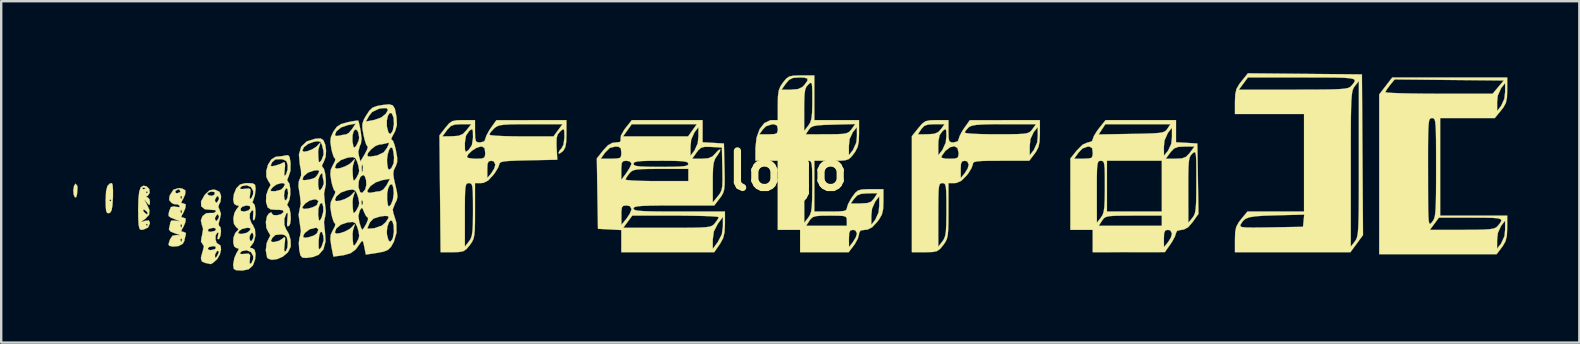
<source format=kicad_pcb>
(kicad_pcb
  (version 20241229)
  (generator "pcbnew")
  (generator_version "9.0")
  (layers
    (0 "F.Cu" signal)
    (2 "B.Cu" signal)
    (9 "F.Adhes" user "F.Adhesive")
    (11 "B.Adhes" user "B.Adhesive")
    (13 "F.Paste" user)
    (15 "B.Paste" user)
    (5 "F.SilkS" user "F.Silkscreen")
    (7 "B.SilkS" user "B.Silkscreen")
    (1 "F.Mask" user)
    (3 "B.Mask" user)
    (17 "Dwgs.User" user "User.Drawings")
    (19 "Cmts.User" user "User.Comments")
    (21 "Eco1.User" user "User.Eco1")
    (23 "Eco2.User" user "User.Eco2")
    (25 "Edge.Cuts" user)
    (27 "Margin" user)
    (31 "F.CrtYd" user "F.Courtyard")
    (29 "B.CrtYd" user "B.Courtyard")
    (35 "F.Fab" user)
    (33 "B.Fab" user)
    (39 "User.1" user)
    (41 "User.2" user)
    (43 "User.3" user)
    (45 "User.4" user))
  (footprint "logo"
    (layer "F.Cu")
    (at 29.782 4.072)
    (property "Reference" "logo" (at 0 0 0) (layer "F.SilkS") (effects (font (size 1.524 1.524) (thickness 0.3))))
    (attr through_hole)
    (fp_poly (pts (xy -29.676 0.536) (xy -29.607 0.632) (xy -29.602 0.706) (xy -29.618 0.912) (xy -29.623 0.974) (xy -29.659 1.101) (xy -29.714 1.095) (xy -29.762 0.986) (xy -29.777 0.804) (xy -29.745 0.617) (xy -29.688 0.535) (xy -29.676 0.536)) (stroke (width 0.01) (type solid)) (fill yes) (layer "F.SilkS"))
    (fp_poly (pts (xy -28.14 0.586) (xy -28.124 0.79) (xy -28.125 1.079) (xy -28.127 1.121) (xy -28.148 1.452) (xy -28.184 1.647) (xy -28.243 1.74) (xy -28.292 1.761) (xy -28.367 1.752) (xy -28.409 1.667) (xy -28.427 1.474) (xy -28.43 1.228) (xy -28.279 1.228) (xy -28.236 1.27) (xy -28.194 1.228) (xy -28.236 1.185) (xy -28.279 1.228) (xy -28.43 1.228) (xy -28.43 1.211) (xy -28.412 0.849) (xy -28.357 0.629) (xy -28.255 0.525) (xy -28.169 0.509) (xy -28.14 0.586)) (stroke (width 0.01) (type solid)) (fill yes) (layer "F.SilkS"))
    (fp_poly (pts (xy -26.723 0.643) (xy -26.612 0.754) (xy -26.593 0.913) (xy -26.672 1.035) (xy -26.691 1.045) (xy -26.754 1.083) (xy -26.691 1.094) (xy -26.608 1.171) (xy -26.585 1.286) (xy -26.593 1.414) (xy -26.641 1.401) (xy -26.721 1.307) (xy -26.806 1.209) (xy -26.802 1.233) (xy -26.721 1.373) (xy -26.604 1.633) (xy -26.619 1.825) (xy -26.771 1.989) (xy -26.776 1.993) (xy -26.966 2.132) (xy -26.776 2.076) (xy -26.63 2.062) (xy -26.586 2.159) (xy -26.585 2.187) (xy -26.66 2.357) (xy -26.86 2.447) (xy -26.964 2.455) (xy -27.018 2.412) (xy -27.052 2.267) (xy -27.054 2.244) (xy -26.755 2.244) (xy -26.712 2.286) (xy -26.67 2.244) (xy -26.712 2.201) (xy -26.755 2.244) (xy -27.054 2.244) (xy -27.07 1.997) (xy -27.074 1.657) (xy -26.87 1.657) (xy -26.822 1.727) (xy -26.71 1.813) (xy -26.672 1.783) (xy -26.709 1.699) (xy -26.819 1.613) (xy -26.848 1.609) (xy -26.87 1.657) (xy -27.074 1.657) (xy -27.075 1.611) (xy -27.064 1.157) (xy -27.033 0.889) (xy -26.755 0.889) (xy -26.712 0.931) (xy -26.67 0.889) (xy -26.712 0.847) (xy -26.755 0.889) (xy -27.033 0.889) (xy -27.029 0.852) (xy -26.972 0.706) (xy -26.896 0.706) (xy -26.884 0.756) (xy -26.839 0.762) (xy -26.77 0.731) (xy -26.783 0.706) (xy -26.883 0.695) (xy -26.896 0.706) (xy -26.972 0.706) (xy -26.962 0.679) (xy -26.856 0.617) (xy -26.723 0.643)) (stroke (width 0.01) (type solid)) (fill yes) (layer "F.SilkS"))
    (fp_poly (pts (xy 21.542 -4.044) (xy 23.918 -4.022) (xy 23.963 2.673) (xy 23.438 3.387) (xy 18.627 3.387) (xy 18.627 2.856) (xy 18.637 2.54) (xy 18.683 2.324) (xy 18.71 2.277) (xy 18.848 2.277) (xy 18.866 2.318) (xy 18.948 2.344) (xy 19.117 2.358) (xy 19.395 2.361) (xy 19.807 2.357) (xy 20.125 2.352) (xy 21.463 2.328) (xy 21.488 2.074) (xy 21.513 1.82) (xy 20.345 1.85) (xy 19.843 1.866) (xy 19.482 1.891) (xy 19.234 1.931) (xy 19.068 1.993) (xy 18.958 2.086) (xy 18.873 2.215) (xy 18.872 2.218) (xy 18.848 2.277) (xy 18.71 2.277) (xy 18.786 2.138) (xy 18.887 2.009) (xy 19.147 1.693) (xy 21.505 1.693) (xy 21.505 -0.081) (xy 23.453 -0.081) (xy 23.453 3.156) (xy 23.622 2.94) (xy 23.665 2.879) (xy 23.7 2.805) (xy 23.728 2.701) (xy 23.75 2.55) (xy 23.766 2.336) (xy 23.777 2.041) (xy 23.785 1.649) (xy 23.789 1.143) (xy 23.791 0.506) (xy 23.791 -0.28) (xy 23.791 -0.512) (xy 23.791 -3.748) (xy 23.622 -3.533) (xy 23.579 -3.472) (xy 23.544 -3.397) (xy 23.516 -3.294) (xy 23.494 -3.143) (xy 23.478 -2.929) (xy 23.467 -2.634) (xy 23.459 -2.242) (xy 23.455 -1.736) (xy 23.453 -1.098) (xy 23.453 -0.313) (xy 23.453 -0.081) (xy 21.505 -0.081) (xy 21.505 -2.371) (xy 18.627 -2.371) (xy 18.627 -2.884) (xy 18.639 -3.197) (xy 18.684 -3.387) (xy 18.791 -3.387) (xy 21.066 -3.387) (xy 21.752 -3.388) (xy 22.288 -3.391) (xy 22.694 -3.398) (xy 22.989 -3.41) (xy 23.195 -3.428) (xy 23.33 -3.454) (xy 23.413 -3.488) (xy 23.466 -3.531) (xy 23.469 -3.535) (xy 23.559 -3.641) (xy 23.614 -3.724) (xy 23.618 -3.787) (xy 23.554 -3.832) (xy 23.407 -3.862) (xy 23.16 -3.881) (xy 22.798 -3.89) (xy 22.303 -3.894) (xy 21.659 -3.895) (xy 21.442 -3.895) (xy 19.167 -3.895) (xy 18.979 -3.641) (xy 18.791 -3.387) (xy 18.684 -3.387) (xy 18.691 -3.416) (xy 18.806 -3.615) (xy 18.896 -3.732) (xy 19.165 -4.067) (xy 21.542 -4.044)) (stroke (width 0.01) (type solid)) (fill yes) (layer "F.SilkS"))
    (fp_poly (pts (xy -25.236 0.736) (xy -25.106 0.812) (xy -25.112 0.963) (xy -25.195 1.159) (xy -25.251 1.249) (xy -25.28 1.336) (xy -25.193 1.355) (xy -25.094 1.393) (xy -25.105 1.533) (xy -25.108 1.545) (xy -25.191 1.744) (xy -25.251 1.841) (xy -25.28 1.928) (xy -25.193 1.947) (xy -25.094 1.986) (xy -25.105 2.126) (xy -25.108 2.138) (xy -25.191 2.336) (xy -25.251 2.434) (xy -25.28 2.521) (xy -25.19 2.54) (xy -25.085 2.586) (xy -25.095 2.674) (xy -25.141 2.85) (xy -25.146 2.908) (xy -25.22 3.04) (xy -25.399 3.132) (xy -25.618 3.152) (xy -25.633 3.15) (xy -25.775 3.122) (xy -25.813 3.061) (xy -25.767 2.911) (xy -25.755 2.879) (xy -25.315 2.879) (xy -25.284 2.948) (xy -25.259 2.935) (xy -25.249 2.835) (xy -25.259 2.822) (xy -25.309 2.834) (xy -25.315 2.879) (xy -25.755 2.879) (xy -25.745 2.852) (xy -25.647 2.702) (xy -25.478 2.671) (xy -25.427 2.676) (xy -25.326 2.681) (xy -25.39 2.65) (xy -25.511 2.613) (xy -25.728 2.527) (xy -25.794 2.43) (xy -25.786 2.396) (xy -25.761 2.286) (xy -25.315 2.286) (xy -25.284 2.356) (xy -25.259 2.342) (xy -25.249 2.242) (xy -25.259 2.23) (xy -25.309 2.241) (xy -25.315 2.286) (xy -25.761 2.286) (xy -25.742 2.205) (xy -25.739 2.15) (xy -25.685 2.067) (xy -25.508 2.073) (xy -25.506 2.073) (xy -25.358 2.099) (xy -25.361 2.086) (xy -25.518 2.025) (xy -25.527 2.021) (xy -25.726 1.942) (xy -25.806 1.877) (xy -25.804 1.772) (xy -25.784 1.693) (xy -25.315 1.693) (xy -25.284 1.763) (xy -25.259 1.75) (xy -25.249 1.649) (xy -25.259 1.637) (xy -25.309 1.649) (xy -25.315 1.693) (xy -25.784 1.693) (xy -25.776 1.662) (xy -25.709 1.505) (xy -25.583 1.478) (xy -25.505 1.495) (xy -25.357 1.513) (xy -25.348 1.455) (xy -25.351 1.45) (xy -25.445 1.385) (xy -25.478 1.393) (xy -25.591 1.382) (xy -25.689 1.328) (xy -25.785 1.211) (xy -25.771 1.101) (xy -25.315 1.101) (xy -25.284 1.17) (xy -25.259 1.157) (xy -25.249 1.057) (xy -25.259 1.044) (xy -25.309 1.056) (xy -25.315 1.101) (xy -25.771 1.101) (xy -25.764 1.043) (xy -25.75 1.004) (xy -25.646 0.847) (xy -25.527 0.847) (xy -25.508 0.919) (xy -25.447 0.931) (xy -25.331 0.887) (xy -25.315 0.847) (xy -25.376 0.764) (xy -25.395 0.762) (xy -25.51 0.824) (xy -25.527 0.847) (xy -25.646 0.847) (xy -25.604 0.783) (xy -25.384 0.714) (xy -25.236 0.736)) (stroke (width 0.01) (type solid)) (fill yes) (layer "F.SilkS"))
    (fp_poly (pts (xy 29.972 -3.364) (xy 29.961 -3.048) (xy 29.915 -2.832) (xy 29.812 -2.646) (xy 29.712 -2.517) (xy 29.452 -2.201) (xy 27.178 -2.201) (xy 27.178 1.863) (xy 29.972 1.863) (xy 29.972 2.376) (xy 29.957 2.704) (xy 29.9 2.935) (xy 29.78 3.141) (xy 29.75 3.181) (xy 29.529 3.471) (xy 24.638 3.471) (xy 24.638 3.24) (xy 29.549 3.24) (xy 29.718 3.025) (xy 29.859 2.713) (xy 29.885 2.442) (xy 29.884 2.074) (xy 29.718 2.286) (xy 29.584 2.58) (xy 29.551 2.869) (xy 29.549 3.24) (xy 24.638 3.24) (xy 24.638 2.455) (xy 26.75 2.455) (xy 28.094 2.455) (xy 28.609 2.453) (xy 28.981 2.445) (xy 29.236 2.429) (xy 29.402 2.401) (xy 29.504 2.36) (xy 29.565 2.307) (xy 29.675 2.175) (xy 29.729 2.08) (xy 29.709 2.016) (xy 29.596 1.977) (xy 29.371 1.956) (xy 29.016 1.949) (xy 28.511 1.947) (xy 27.125 1.947) (xy 26.75 2.455) (xy 24.638 2.455) (xy 24.638 -0.45) (xy 26.672 -0.45) (xy 26.673 0.064) (xy 26.674 0.74) (xy 26.676 1.265) (xy 26.681 1.654) (xy 26.69 1.926) (xy 26.704 2.098) (xy 26.726 2.187) (xy 26.755 2.209) (xy 26.794 2.183) (xy 26.842 2.128) (xy 26.894 2.056) (xy 26.934 1.966) (xy 26.964 1.835) (xy 26.984 1.643) (xy 26.997 1.367) (xy 27.005 0.986) (xy 27.008 0.478) (xy 27.009 -0.136) (xy 27.008 -0.78) (xy 27.006 -1.273) (xy 27 -1.637) (xy 26.988 -1.891) (xy 26.97 -2.054) (xy 26.943 -2.147) (xy 26.906 -2.19) (xy 26.857 -2.201) (xy 26.839 -2.201) (xy 26.789 -2.196) (xy 26.749 -2.167) (xy 26.72 -2.097) (xy 26.699 -1.965) (xy 26.685 -1.753) (xy 26.677 -1.443) (xy 26.673 -1.015) (xy 26.672 -0.45) (xy 24.638 -0.45) (xy 24.638 -2.865) (xy 29.551 -2.865) (xy 29.552 -2.498) (xy 29.718 -2.709) (xy 29.852 -3.004) (xy 29.885 -3.292) (xy 29.887 -3.664) (xy 29.718 -3.448) (xy 29.577 -3.136) (xy 29.551 -2.865) (xy 24.638 -2.865) (xy 24.638 -3.187) (xy 24.71 -3.281) (xy 24.895 -3.281) (xy 24.975 -3.264) (xy 25.203 -3.249) (xy 25.555 -3.236) (xy 26.011 -3.226) (xy 26.549 -3.22) (xy 27.128 -3.217) (xy 29.364 -3.217) (xy 29.596 -3.493) (xy 29.827 -3.768) (xy 27.555 -3.79) (xy 25.282 -3.813) (xy 25.09 -3.579) (xy 24.961 -3.406) (xy 24.897 -3.29) (xy 24.895 -3.281) (xy 24.71 -3.281) (xy 24.91 -3.541) (xy 25.182 -3.895) (xy 29.972 -3.895) (xy 29.972 -3.364)) (stroke (width 0.01) (type solid)) (fill yes) (layer "F.SilkS"))
    (fp_poly (pts (xy -23.848 0.793) (xy -23.68 0.873) (xy -23.624 1.035) (xy -23.622 1.097) (xy -23.648 1.292) (xy -23.705 1.396) (xy -23.735 1.502) (xy -23.686 1.611) (xy -23.626 1.788) (xy -23.673 2.011) (xy -23.68 2.03) (xy -23.725 2.203) (xy -23.706 2.285) (xy -23.699 2.286) (xy -23.642 2.356) (xy -23.624 2.518) (xy -23.644 2.699) (xy -23.699 2.828) (xy -23.716 2.842) (xy -23.773 2.835) (xy -23.749 2.709) (xy -23.728 2.576) (xy -23.781 2.576) (xy -23.847 2.691) (xy -23.851 2.859) (xy -23.802 3.003) (xy -23.731 3.048) (xy -23.64 3.114) (xy -23.622 3.274) (xy -23.669 3.476) (xy -23.774 3.663) (xy -23.818 3.711) (xy -23.964 3.835) (xy -24.049 3.883) (xy -24.051 3.883) (xy -24.154 3.86) (xy -24.278 3.835) (xy -24.423 3.769) (xy -24.461 3.629) (xy -24.438 3.54) (xy -23.875 3.54) (xy -23.861 3.635) (xy -23.802 3.573) (xy -23.791 3.556) (xy -23.719 3.411) (xy -23.708 3.361) (xy -23.76 3.33) (xy -23.791 3.344) (xy -23.865 3.465) (xy -23.875 3.54) (xy -24.438 3.54) (xy -24.398 3.382) (xy -24.381 3.336) (xy -24.353 3.217) (xy -24.172 3.217) (xy -24.147 3.285) (xy -24.055 3.302) (xy -23.891 3.264) (xy -23.834 3.217) (xy -23.859 3.15) (xy -23.951 3.133) (xy -24.115 3.17) (xy -24.172 3.217) (xy -24.353 3.217) (xy -24.335 3.144) (xy -24.392 3.043) (xy -24.397 3.04) (xy -24.457 2.945) (xy -24.433 2.757) (xy -24.414 2.692) (xy -24.376 2.455) (xy -24.172 2.455) (xy -24.147 2.523) (xy -24.055 2.54) (xy -23.891 2.502) (xy -23.834 2.455) (xy -23.859 2.388) (xy -23.951 2.371) (xy -24.115 2.408) (xy -24.172 2.455) (xy -24.376 2.455) (xy -24.37 2.415) (xy -24.414 2.269) (xy -24.462 2.068) (xy -24.437 2) (xy -23.876 2) (xy -23.834 2.083) (xy -23.791 2.074) (xy -23.714 1.952) (xy -23.707 1.895) (xy -23.749 1.811) (xy -23.791 1.82) (xy -23.868 1.942) (xy -23.876 2) (xy -24.437 2) (xy -24.393 1.881) (xy -24.241 1.764) (xy -24.104 1.754) (xy -23.925 1.751) (xy -23.837 1.699) (xy -23.857 1.633) (xy -24.02 1.623) (xy -24.301 1.596) (xy -24.448 1.474) (xy -24.455 1.275) (xy -24.435 1.238) (xy -23.876 1.238) (xy -23.834 1.321) (xy -23.791 1.312) (xy -23.714 1.19) (xy -23.707 1.133) (xy -23.749 1.049) (xy -23.791 1.058) (xy -23.868 1.18) (xy -23.876 1.238) (xy -24.435 1.238) (xy -24.316 1.02) (xy -24.272 0.966) (xy -24.245 0.941) (xy -24.202 0.941) (xy -24.144 1.007) (xy -24.128 1.017) (xy -24 1.041) (xy -23.896 0.99) (xy -23.882 0.903) (xy -23.899 0.88) (xy -24.013 0.861) (xy -24.103 0.883) (xy -24.202 0.941) (xy -24.245 0.941) (xy -24.102 0.81) (xy -23.935 0.777) (xy -23.848 0.793)) (stroke (width 0.01) (type solid)) (fill yes) (layer "F.SilkS"))
    (fp_poly (pts (xy -22.299 0.519) (xy -22.205 0.577) (xy -22.183 0.72) (xy -22.183 0.768) (xy -22.211 1.012) (xy -22.27 1.191) (xy -22.315 1.326) (xy -22.27 1.355) (xy -22.217 1.428) (xy -22.189 1.602) (xy -22.186 1.811) (xy -22.211 1.989) (xy -22.252 2.065) (xy -22.289 2.024) (xy -22.286 1.866) (xy -22.283 1.846) (xy -22.276 1.668) (xy -22.33 1.638) (xy -22.341 1.644) (xy -22.423 1.781) (xy -22.424 1.987) (xy -22.349 2.184) (xy -22.31 2.232) (xy -22.208 2.436) (xy -22.191 2.706) (xy -22.257 2.962) (xy -22.323 3.062) (xy -22.416 3.177) (xy -22.39 3.214) (xy -22.323 3.217) (xy -22.223 3.288) (xy -22.182 3.462) (xy -22.202 3.687) (xy -22.282 3.908) (xy -22.314 3.96) (xy -22.47 4.098) (xy -22.71 4.147) (xy -22.78 4.149) (xy -22.995 4.138) (xy -23.09 4.082) (xy -23.114 3.943) (xy -23.114 3.892) (xy -23.067 3.627) (xy -22.99 3.455) (xy -22.837 3.455) (xy -22.735 3.466) (xy -22.644 3.456) (xy -22.467 3.445) (xy -22.409 3.513) (xy -22.421 3.679) (xy -22.432 3.846) (xy -22.39 3.869) (xy -22.355 3.841) (xy -22.285 3.688) (xy -22.281 3.545) (xy -22.375 3.382) (xy -22.553 3.306) (xy -22.743 3.34) (xy -22.806 3.389) (xy -22.837 3.455) (xy -22.99 3.455) (xy -22.977 3.426) (xy -22.89 3.279) (xy -22.902 3.225) (xy -22.977 3.217) (xy -23.073 3.147) (xy -23.114 2.979) (xy -23.103 2.804) (xy -22.437 2.804) (xy -22.403 2.918) (xy -22.352 2.921) (xy -22.282 2.802) (xy -22.267 2.699) (xy -22.301 2.585) (xy -22.352 2.582) (xy -22.422 2.701) (xy -22.437 2.804) (xy -23.103 2.804) (xy -23.101 2.773) (xy -23.032 2.593) (xy -23.03 2.591) (xy -22.912 2.591) (xy -22.83 2.623) (xy -22.754 2.625) (xy -22.548 2.577) (xy -22.437 2.498) (xy -22.385 2.404) (xy -22.466 2.373) (xy -22.543 2.371) (xy -22.748 2.419) (xy -22.86 2.498) (xy -22.912 2.591) (xy -23.03 2.591) (xy -22.982 2.536) (xy -22.893 2.441) (xy -22.944 2.374) (xy -22.982 2.352) (xy -23.083 2.21) (xy -23.11 1.985) (xy -23.063 1.747) (xy -22.974 1.594) (xy -22.951 1.566) (xy -22.806 1.566) (xy -22.795 1.666) (xy -22.655 1.693) (xy -22.48 1.645) (xy -22.406 1.566) (xy -22.417 1.467) (xy -22.557 1.439) (xy -22.732 1.487) (xy -22.806 1.566) (xy -22.951 1.566) (xy -22.881 1.479) (xy -22.906 1.442) (xy -22.974 1.439) (xy -23.077 1.37) (xy -23.115 1.196) (xy -23.086 0.969) (xy -22.994 0.745) (xy -22.837 0.745) (xy -22.734 0.756) (xy -22.632 0.745) (xy -22.449 0.731) (xy -22.39 0.789) (xy -22.41 0.964) (xy -22.411 0.968) (xy -22.431 1.135) (xy -22.394 1.162) (xy -22.356 1.132) (xy -22.286 0.978) (xy -22.281 0.835) (xy -22.375 0.672) (xy -22.553 0.597) (xy -22.743 0.631) (xy -22.806 0.68) (xy -22.837 0.745) (xy -22.994 0.745) (xy -22.992 0.74) (xy -22.977 0.717) (xy -22.833 0.568) (xy -22.623 0.512) (xy -22.512 0.508) (xy -22.299 0.519)) (stroke (width 0.01) (type solid)) (fill yes) (layer "F.SilkS"))
    (fp_poly (pts (xy -20.767 -0.582) (xy -20.732 -0.386) (xy -20.725 -0.325) (xy -20.731 0.000452) (xy -20.805 0.224) (xy -20.867 0.377) (xy -20.836 0.436) (xy -20.772 0.536) (xy -20.738 0.739) (xy -20.736 0.98) (xy -20.768 1.193) (xy -20.815 1.297) (xy -20.869 1.412) (xy -20.844 1.452) (xy -20.772 1.558) (xy -20.728 1.763) (xy -20.716 2) (xy -20.741 2.201) (xy -20.787 2.287) (xy -20.853 2.314) (xy -20.873 2.227) (xy -20.856 2.015) (xy -20.84 1.801) (xy -20.861 1.736) (xy -20.905 1.778) (xy -20.984 1.996) (xy -20.982 2.251) (xy -20.901 2.454) (xy -20.885 2.471) (xy -20.795 2.628) (xy -20.728 2.861) (xy -20.723 2.887) (xy -20.717 3.153) (xy -20.822 3.368) (xy -20.857 3.412) (xy -21.05 3.573) (xy -21.283 3.675) (xy -21.506 3.705) (xy -21.666 3.653) (xy -21.705 3.599) (xy -21.757 3.307) (xy -21.721 3.008) (xy -21.681 2.919) (xy -21.546 2.919) (xy -21.482 2.961) (xy -21.407 2.963) (xy -21.195 2.908) (xy -21.075 2.83) (xy -20.985 2.76) (xy -20.951 2.79) (xy -20.959 2.946) (xy -20.973 3.063) (xy -20.992 3.283) (xy -20.97 3.361) (xy -20.917 3.334) (xy -20.855 3.19) (xy -20.842 2.97) (xy -20.843 2.953) (xy -20.883 2.754) (xy -20.985 2.667) (xy -21.124 2.643) (xy -21.356 2.669) (xy -21.485 2.791) (xy -21.546 2.919) (xy -21.681 2.919) (xy -21.643 2.836) (xy -21.569 2.695) (xy -21.618 2.586) (xy -21.643 2.56) (xy -21.733 2.375) (xy -21.754 2.126) (xy -21.708 1.892) (xy -21.632 1.778) (xy -21.53 1.718) (xy -21.505 1.773) (xy -21.44 1.839) (xy -21.29 1.847) (xy -21.127 1.806) (xy -21.022 1.724) (xy -21.017 1.711) (xy -21.046 1.638) (xy -21.213 1.619) (xy -21.291 1.623) (xy -21.553 1.603) (xy -21.679 1.52) (xy -21.748 1.288) (xy -21.738 1.026) (xy -20.997 1.026) (xy -20.974 1.192) (xy -20.914 1.229) (xy -20.913 1.228) (xy -20.852 1.113) (xy -20.828 0.921) (xy -20.851 0.755) (xy -20.911 0.719) (xy -20.913 0.72) (xy -20.973 0.834) (xy -20.997 1.026) (xy -21.738 1.026) (xy -21.737 1.003) (xy -21.666 0.797) (xy -21.56 0.797) (xy -21.529 0.841) (xy -21.369 0.847) (xy -21.124 0.782) (xy -21.017 0.677) (xy -20.958 0.551) (xy -21.029 0.511) (xy -21.11 0.508) (xy -21.318 0.569) (xy -21.463 0.677) (xy -21.56 0.797) (xy -21.666 0.797) (xy -21.653 0.758) (xy -21.634 0.731) (xy -21.557 0.592) (xy -21.605 0.483) (xy -21.637 0.449) (xy -21.734 0.252) (xy -21.736 -0.004) (xy -21.674 -0.22) (xy -21.556 -0.22) (xy -21.5 -0.193) (xy -21.362 -0.221) (xy -21.152 -0.288) (xy -21.026 -0.354) (xy -20.968 -0.359) (xy -20.954 -0.231) (xy -20.968 -0.068) (xy -20.985 0.145) (xy -20.968 0.209) (xy -20.913 0.146) (xy -20.913 0.146) (xy -20.849 -0.051) (xy -20.844 -0.235) (xy -20.894 -0.403) (xy -21.03 -0.476) (xy -21.14 -0.492) (xy -21.362 -0.478) (xy -21.492 -0.363) (xy -21.504 -0.341) (xy -21.556 -0.22) (xy -21.674 -0.22) (xy -21.661 -0.264) (xy -21.526 -0.477) (xy -21.348 -0.588) (xy -21.297 -0.594) (xy -21.066 -0.618) (xy -20.943 -0.644) (xy -20.829 -0.655) (xy -20.767 -0.582)) (stroke (width 0.01) (type solid)) (fill yes) (layer "F.SilkS"))
    (fp_poly (pts (xy 16.171 -1.194) (xy 16.616 -1.169) (xy 17.06 -1.143) (xy 17.084 0.322) (xy 17.107 1.788) (xy 16.872 2.12) (xy 16.679 2.346) (xy 16.497 2.443) (xy 16.404 2.454) (xy 16.216 2.497) (xy 16.171 2.59) (xy 16.125 2.736) (xy 16.007 2.951) (xy 15.938 3.054) (xy 15.706 3.383) (xy 12.7 3.387) (xy 12.7 2.815) (xy 15.666 2.815) (xy 15.669 3.175) (xy 15.835 2.975) (xy 15.956 2.78) (xy 16.002 2.615) (xy 15.938 2.481) (xy 15.833 2.455) (xy 15.725 2.481) (xy 15.676 2.589) (xy 15.666 2.815) (xy 12.7 2.815) (xy 12.7 2.455) (xy 11.769 2.455) (xy 11.769 2.286) (xy 12.95 2.286) (xy 15.579 2.286) (xy 15.579 1.863) (xy 14.403 1.863) (xy 13.936 1.864) (xy 13.609 1.87) (xy 13.392 1.886) (xy 13.257 1.916) (xy 13.173 1.966) (xy 13.111 2.04) (xy 13.089 2.074) (xy 12.95 2.286) (xy 11.769 2.286) (xy 11.769 0.619) (xy 12.871 0.619) (xy 12.871 0.868) (xy 12.873 2.159) (xy 13.039 1.947) (xy 13.109 1.838) (xy 13.156 1.7) (xy 13.185 1.5) (xy 13.2 1.205) (xy 13.206 0.782) (xy 13.206 0.656) (xy 13.205 0.212) (xy 13.199 -0.09) (xy 13.182 -0.278) (xy 13.15 -0.377) (xy 13.1 -0.417) (xy 13.039 -0.423) (xy 13.293 -0.423) (xy 13.293 1.693) (xy 15.579 1.693) (xy 15.579 0.596) (xy 16.682 0.596) (xy 16.682 0.796) (xy 16.685 2.159) (xy 16.851 1.959) (xy 16.915 1.867) (xy 16.961 1.752) (xy 16.99 1.583) (xy 17.008 1.333) (xy 17.016 0.972) (xy 17.018 0.472) (xy 17.018 0.443) (xy 17.017 -0.054) (xy 17.014 -0.403) (xy 17.003 -0.627) (xy 16.983 -0.748) (xy 16.95 -0.786) (xy 16.902 -0.765) (xy 16.849 -0.72) (xy 16.785 -0.65) (xy 16.74 -0.557) (xy 16.71 -0.413) (xy 16.692 -0.191) (xy 16.684 0.136) (xy 16.682 0.596) (xy 15.579 0.596) (xy 15.579 -0.423) (xy 13.293 -0.423) (xy 13.039 -0.423) (xy 12.974 -0.415) (xy 12.928 -0.374) (xy 12.899 -0.275) (xy 12.881 -0.093) (xy 12.873 0.197) (xy 12.871 0.619) (xy 11.769 0.619) (xy 11.769 -0.508) (xy 11.926 -0.508) (xy 12.313 -0.508) (xy 15.743 -0.508) (xy 16.153 -0.508) (xy 16.419 -0.523) (xy 16.587 -0.587) (xy 16.726 -0.729) (xy 16.751 -0.762) (xy 16.938 -1.016) (xy 16.528 -1.016) (xy 16.262 -1.001) (xy 16.094 -0.937) (xy 15.955 -0.795) (xy 15.931 -0.762) (xy 15.743 -0.508) (xy 12.313 -0.508) (xy 12.55 -0.515) (xy 12.663 -0.556) (xy 12.698 -0.662) (xy 12.7 -0.762) (xy 12.677 -0.944) (xy 12.591 -1.003) (xy 15.666 -1.003) (xy 15.669 -0.635) (xy 15.835 -0.835) (xy 15.972 -1.126) (xy 16.002 -1.418) (xy 16.002 -1.801) (xy 15.833 -1.586) (xy 15.692 -1.272) (xy 15.666 -1.003) (xy 12.591 -1.003) (xy 12.58 -1.01) (xy 12.494 -1.016) (xy 12.273 -0.935) (xy 12.107 -0.762) (xy 11.926 -0.508) (xy 11.769 -0.508) (xy 11.769 -0.518) (xy 12.037 -0.852) (xy 12.277 -1.093) (xy 12.487 -1.185) (xy 12.503 -1.185) (xy 12.664 -1.234) (xy 12.7 -1.317) (xy 12.75 -1.457) (xy 12.789 -1.52) (xy 12.947 -1.52) (xy 14.316 -1.543) (xy 14.827 -1.553) (xy 15.196 -1.565) (xy 15.448 -1.582) (xy 15.612 -1.609) (xy 15.712 -1.65) (xy 15.776 -1.707) (xy 15.812 -1.757) (xy 15.938 -1.947) (xy 13.227 -1.947) (xy 13.087 -1.734) (xy 12.947 -1.52) (xy 12.789 -1.52) (xy 12.878 -1.663) (xy 12.968 -1.783) (xy 13.236 -2.117) (xy 16.171 -2.117) (xy 16.171 -1.194)) (stroke (width 0.01) (type solid)) (fill yes) (layer "F.SilkS"))
    (fp_poly (pts (xy 6.689 -1.651) (xy 6.694 -1.384) (xy 6.723 -1.245) (xy 6.795 -1.193) (xy 6.9 -1.185) (xy 7.073 -1.231) (xy 7.112 -1.32) (xy 7.159 -1.466) (xy 7.229 -1.596) (xy 7.366 -1.596) (xy 7.446 -1.571) (xy 7.667 -1.551) (xy 7.999 -1.536) (xy 8.416 -1.528) (xy 8.7 -1.527) (xy 9.202 -1.528) (xy 9.562 -1.534) (xy 9.808 -1.548) (xy 9.968 -1.573) (xy 10.068 -1.614) (xy 10.136 -1.674) (xy 10.185 -1.738) (xy 10.337 -1.947) (xy 9.006 -1.947) (xy 8.487 -1.945) (xy 8.109 -1.935) (xy 7.848 -1.917) (xy 7.676 -1.886) (xy 7.567 -1.842) (xy 7.521 -1.807) (xy 7.402 -1.673) (xy 7.366 -1.596) (xy 7.229 -1.596) (xy 7.276 -1.681) (xy 7.345 -1.784) (xy 7.578 -2.113) (xy 10.499 -2.117) (xy 10.499 -1.561) (xy 10.487 -1.228) (xy 10.441 -0.999) (xy 10.344 -0.808) (xy 10.277 -0.714) (xy 10.055 -0.423) (xy 8.88 -0.423) (xy 8.411 -0.422) (xy 8.086 -0.414) (xy 7.879 -0.398) (xy 7.763 -0.369) (xy 7.714 -0.325) (xy 7.705 -0.273) (xy 7.653 -0.122) (xy 7.523 0.09) (xy 7.445 0.192) (xy 7.227 0.41) (xy 7.024 0.501) (xy 6.937 0.508) (xy 6.689 0.508) (xy 6.689 1.657) (xy 6.687 2.121) (xy 6.679 2.449) (xy 6.66 2.675) (xy 6.623 2.833) (xy 6.565 2.957) (xy 6.48 3.079) (xy 6.467 3.096) (xy 6.335 3.255) (xy 6.209 3.342) (xy 6.034 3.379) (xy 5.753 3.387) (xy 5.705 3.387) (xy 5.165 3.387) (xy 5.165 1.832) (xy 6.265 1.832) (xy 6.265 3.156) (xy 6.435 2.94) (xy 6.505 2.833) (xy 6.553 2.701) (xy 6.583 2.511) (xy 6.598 2.231) (xy 6.604 1.827) (xy 6.604 1.616) (xy 6.603 1.165) (xy 6.596 0.857) (xy 6.579 0.663) (xy 6.548 0.559) (xy 6.5 0.516) (xy 6.435 0.508) (xy 6.371 0.516) (xy 6.325 0.557) (xy 6.295 0.654) (xy 6.277 0.834) (xy 6.269 1.12) (xy 6.266 1.537) (xy 6.265 1.832) (xy 5.165 1.832) (xy 5.165 -0.064) (xy 7.199 -0.064) (xy 7.202 0.296) (xy 7.369 0.096) (xy 7.49 -0.099) (xy 7.535 -0.263) (xy 7.471 -0.398) (xy 7.366 -0.423) (xy 7.258 -0.397) (xy 7.209 -0.29) (xy 7.199 -0.064) (xy 5.165 -0.064) (xy 5.165 -0.614) (xy 6.4 -0.614) (xy 6.409 -0.546) (xy 6.549 -0.514) (xy 6.726 -0.508) (xy 6.962 -0.515) (xy 7.075 -0.556) (xy 7.11 -0.662) (xy 7.112 -0.762) (xy 7.062 -0.956) (xy 6.933 -1.029) (xy 6.755 -0.986) (xy 6.561 -0.835) (xy 6.4 -0.614) (xy 5.165 -0.614) (xy 5.165 -1.076) (xy 6.265 -1.076) (xy 6.265 -0.654) (xy 6.435 -0.87) (xy 6.511 -1.038) (xy 10.075 -1.038) (xy 10.075 -0.654) (xy 10.245 -0.87) (xy 10.386 -1.183) (xy 10.411 -1.453) (xy 10.408 -1.82) (xy 10.242 -1.62) (xy 10.105 -1.329) (xy 10.075 -1.038) (xy 6.511 -1.038) (xy 6.574 -1.173) (xy 6.604 -1.445) (xy 6.6 -1.666) (xy 6.572 -1.744) (xy 6.499 -1.708) (xy 6.435 -1.651) (xy 6.32 -1.488) (xy 6.27 -1.24) (xy 6.265 -1.076) (xy 5.165 -1.076) (xy 5.165 -1.449) (xy 5.225 -1.524) (xy 5.415 -1.524) (xy 5.819 -1.527) (xy 6.092 -1.546) (xy 6.262 -1.617) (xy 6.375 -1.738) (xy 6.527 -1.947) (xy 6.11 -1.947) (xy 5.84 -1.933) (xy 5.678 -1.874) (xy 5.562 -1.748) (xy 5.553 -1.736) (xy 5.415 -1.524) (xy 5.225 -1.524) (xy 5.433 -1.783) (xy 5.595 -1.972) (xy 5.736 -2.071) (xy 5.92 -2.11) (xy 6.195 -2.117) (xy 6.689 -2.117) (xy 6.689 -1.651)) (stroke (width 0.01) (type solid)) (fill yes) (layer "F.SilkS"))
    (fp_poly (pts (xy -19.357 -1.28) (xy -19.278 -1.092) (xy -19.245 -0.844) (xy -19.263 -0.588) (xy -19.34 -0.378) (xy -19.342 -0.375) (xy -19.415 -0.231) (xy -19.402 -0.169) (xy -19.4 -0.169) (xy -19.337 -0.094) (xy -19.287 0.091) (xy -19.257 0.329) (xy -19.254 0.561) (xy -19.286 0.728) (xy -19.291 0.738) (xy -19.33 0.947) (xy -19.302 1.278) (xy -19.293 1.333) (xy -19.255 1.677) (xy -19.283 1.904) (xy -19.293 1.927) (xy -19.332 2.134) (xy -19.302 2.457) (xy -19.294 2.5) (xy -19.266 2.932) (xy -19.355 3.268) (xy -19.554 3.495) (xy -19.799 3.588) (xy -20.079 3.627) (xy -20.237 3.61) (xy -20.316 3.512) (xy -20.359 3.308) (xy -20.365 3.269) (xy -20.381 3.003) (xy -19.557 3.003) (xy -19.553 3.211) (xy -19.529 3.272) (xy -19.466 3.207) (xy -19.432 3.159) (xy -19.344 2.889) (xy -19.359 2.71) (xy -19.414 2.55) (xy -19.473 2.539) (xy -19.524 2.658) (xy -19.554 2.89) (xy -19.557 3.003) (xy -20.381 3.003) (xy -20.381 3) (xy -20.353 2.783) (xy -20.347 2.766) (xy -20.197 2.766) (xy -20.108 2.784) (xy -19.966 2.761) (xy -19.757 2.694) (xy -19.629 2.605) (xy -19.627 2.602) (xy -19.564 2.443) (xy -19.639 2.375) (xy -19.691 2.371) (xy -19.932 2.432) (xy -20.129 2.584) (xy -20.185 2.676) (xy -20.197 2.766) (xy -20.347 2.766) (xy -20.335 2.738) (xy -20.293 2.516) (xy -20.341 2.179) (xy -20.39 1.834) (xy -20.386 1.814) (xy -19.574 1.814) (xy -19.572 1.841) (xy -19.545 2.037) (xy -19.514 2.081) (xy -19.454 1.989) (xy -19.428 1.94) (xy -19.361 1.697) (xy -19.364 1.5) (xy -19.406 1.347) (xy -19.459 1.342) (xy -19.508 1.401) (xy -19.566 1.573) (xy -19.574 1.814) (xy -20.386 1.814) (xy -20.347 1.593) (xy -20.345 1.587) (xy -20.336 1.544) (xy -20.235 1.544) (xy -20.168 1.583) (xy -20.008 1.57) (xy -19.82 1.521) (xy -19.667 1.449) (xy -19.623 1.408) (xy -19.564 1.258) (xy -19.651 1.192) (xy -19.742 1.185) (xy -19.932 1.237) (xy -20.116 1.358) (xy -20.226 1.5) (xy -20.235 1.544) (xy -20.336 1.544) (xy -20.3 1.357) (xy -20.335 1.017) (xy -20.348 0.946) (xy -20.396 0.637) (xy -20.393 0.604) (xy -19.574 0.604) (xy -19.541 0.78) (xy -19.497 0.809) (xy -19.417 0.715) (xy -19.342 0.544) (xy -19.344 0.44) (xy -19.386 0.251) (xy -19.391 0.184) (xy -19.404 0.089) (xy -19.461 0.132) (xy -19.504 0.187) (xy -19.572 0.377) (xy -19.574 0.604) (xy -20.393 0.604) (xy -20.382 0.435) (xy -20.349 0.361) (xy -20.233 0.361) (xy -20.165 0.386) (xy -20.005 0.371) (xy -19.821 0.327) (xy -19.707 0.28) (xy -19.618 0.183) (xy -19.564 0.095) (xy -19.53 -0.003) (xy -19.602 -0.031) (xy -19.754 -0.014) (xy -20.002 0.072) (xy -20.179 0.224) (xy -20.233 0.361) (xy -20.349 0.361) (xy -20.339 0.337) (xy -20.284 0.187) (xy -20.291 -0.025) (xy -20.337 -0.258) (xy -20.377 -0.683) (xy -20.33 -0.842) (xy -20.235 -0.842) (xy -20.172 -0.799) (xy -20.018 -0.824) (xy -19.83 -0.897) (xy -19.663 -1) (xy -19.614 -1.047) (xy -19.506 -1.166) (xy -19.484 -1.157) (xy -19.514 -1.058) (xy -19.558 -0.92) (xy -19.574 -0.812) (xy -19.57 -0.65) (xy -19.565 -0.55) (xy -19.55 -0.382) (xy -19.51 -0.364) (xy -19.43 -0.458) (xy -19.348 -0.684) (xy -19.355 -0.839) (xy -19.416 -1.09) (xy -19.481 -1.21) (xy -19.589 -1.238) (xy -19.745 -1.216) (xy -19.99 -1.127) (xy -20.172 -0.985) (xy -20.235 -0.842) (xy -20.33 -0.842) (xy -20.282 -1.008) (xy -20.053 -1.229) (xy -19.696 -1.341) (xy -19.472 -1.355) (xy -19.357 -1.28)) (stroke (width 0.01) (type solid)) (fill yes) (layer "F.SilkS"))
    (fp_poly (pts (xy -13.039 -1.651) (xy -13.033 -1.384) (xy -13.004 -1.245) (xy -12.933 -1.193) (xy -12.827 -1.185) (xy -12.654 -1.231) (xy -12.615 -1.32) (xy -12.569 -1.466) (xy -12.545 -1.509) (xy -12.446 -1.509) (xy -12.366 -1.486) (xy -12.145 -1.465) (xy -11.812 -1.45) (xy -11.395 -1.441) (xy -11.107 -1.439) (xy -9.769 -1.439) (xy -9.581 -1.693) (xy -9.393 -1.947) (xy -10.724 -1.947) (xy -11.229 -1.946) (xy -11.594 -1.939) (xy -11.847 -1.924) (xy -12.015 -1.898) (xy -12.129 -1.855) (xy -12.216 -1.794) (xy -12.25 -1.763) (xy -12.387 -1.615) (xy -12.446 -1.511) (xy -12.446 -1.509) (xy -12.545 -1.509) (xy -12.451 -1.681) (xy -12.383 -1.784) (xy -12.15 -2.113) (xy -9.229 -2.117) (xy -9.229 -1.537) (xy -9.238 -1.204) (xy -9.275 -0.993) (xy -9.349 -0.855) (xy -9.398 -0.804) (xy -9.519 -0.721) (xy -9.567 -0.739) (xy -9.509 -0.861) (xy -9.44 -0.931) (xy -9.351 -1.099) (xy -9.314 -1.387) (xy -9.313 -1.42) (xy -9.317 -1.652) (xy -9.342 -1.742) (xy -9.408 -1.716) (xy -9.489 -1.645) (xy -9.59 -1.526) (xy -9.637 -1.368) (xy -9.644 -1.118) (xy -9.638 -0.976) (xy -9.61 -0.466) (xy -10.816 -0.442) (xy -11.297 -0.43) (xy -11.633 -0.415) (xy -11.849 -0.393) (xy -11.969 -0.36) (xy -12.018 -0.315) (xy -12.023 -0.285) (xy -12.073 -0.144) (xy -12.199 0.064) (xy -12.284 0.178) (xy -12.492 0.4) (xy -12.682 0.496) (xy -12.792 0.508) (xy -13.039 0.508) (xy -13.039 1.657) (xy -13.04 2.121) (xy -13.048 2.449) (xy -13.068 2.675) (xy -13.104 2.833) (xy -13.162 2.957) (xy -13.248 3.079) (xy -13.26 3.096) (xy -13.399 3.261) (xy -13.533 3.348) (xy -13.723 3.381) (xy -13.978 3.387) (xy -14.473 3.387) (xy -14.488 1.832) (xy -13.462 1.832) (xy -13.462 3.156) (xy -13.293 2.94) (xy -13.222 2.833) (xy -13.174 2.701) (xy -13.145 2.511) (xy -13.129 2.231) (xy -13.124 1.827) (xy -13.123 1.616) (xy -13.125 1.165) (xy -13.132 0.857) (xy -13.148 0.663) (xy -13.179 0.559) (xy -13.227 0.516) (xy -13.293 0.508) (xy -13.357 0.516) (xy -13.402 0.557) (xy -13.432 0.654) (xy -13.45 0.834) (xy -13.459 1.12) (xy -13.462 1.537) (xy -13.462 1.832) (xy -14.488 1.832) (xy -14.497 0.953) (xy -14.507 -0.064) (xy -12.528 -0.064) (xy -12.525 0.296) (xy -12.359 0.096) (xy -12.238 -0.099) (xy -12.192 -0.263) (xy -12.256 -0.398) (xy -12.361 -0.423) (xy -12.469 -0.397) (xy -12.518 -0.29) (xy -12.528 -0.064) (xy -14.507 -0.064) (xy -14.512 -0.578) (xy -13.377 -0.578) (xy -13.302 -0.536) (xy -13.11 -0.511) (xy -12.996 -0.508) (xy -12.762 -0.515) (xy -12.651 -0.558) (xy -12.617 -0.666) (xy -12.615 -0.762) (xy -12.64 -0.946) (xy -12.738 -1.012) (xy -12.8 -1.016) (xy -12.972 -0.964) (xy -13.167 -0.841) (xy -13.322 -0.693) (xy -13.377 -0.578) (xy -14.512 -0.578) (xy -14.517 -1.117) (xy -13.462 -1.117) (xy -13.458 -0.887) (xy -13.433 -0.799) (xy -13.366 -0.825) (xy -13.293 -0.889) (xy -13.169 -1.076) (xy -13.124 -1.364) (xy -13.123 -1.423) (xy -13.127 -1.653) (xy -13.153 -1.741) (xy -13.22 -1.715) (xy -13.293 -1.651) (xy -13.417 -1.464) (xy -13.461 -1.176) (xy -13.462 -1.117) (xy -14.517 -1.117) (xy -14.52 -1.439) (xy -14.398 -1.439) (xy -13.994 -1.444) (xy -13.723 -1.464) (xy -13.547 -1.538) (xy -13.394 -1.695) (xy -13.392 -1.698) (xy -13.195 -1.947) (xy -13.609 -1.947) (xy -13.876 -1.933) (xy -14.044 -1.871) (xy -14.182 -1.731) (xy -14.211 -1.693) (xy -14.398 -1.439) (xy -14.52 -1.439) (xy -14.52 -1.482) (xy -14.273 -1.799) (xy -14.122 -1.979) (xy -13.986 -2.074) (xy -13.801 -2.111) (xy -13.532 -2.117) (xy -13.039 -2.117) (xy -13.039 -1.651)) (stroke (width 0.01) (type solid)) (fill yes) (layer "F.SilkS"))
    (fp_poly (pts (xy 1.101 -3.979) (xy 1.101 -2.117) (xy 2.963 -2.117) (xy 2.963 -1.561) (xy 2.952 -1.228) (xy 2.906 -0.999) (xy 2.809 -0.808) (xy 2.742 -0.714) (xy 2.628 -0.572) (xy 2.523 -0.486) (xy 2.381 -0.442) (xy 2.16 -0.426) (xy 1.814 -0.423) (xy 1.81 -0.423) (xy 1.101 -0.423) (xy 1.101 1.693) (xy 1.778 1.693) (xy 2.119 1.689) (xy 2.324 1.67) (xy 2.425 1.63) (xy 2.455 1.562) (xy 2.455 1.55) (xy 2.501 1.396) (xy 2.523 1.355) (xy 2.617 1.355) (xy 3.034 1.355) (xy 3.304 1.34) (xy 3.466 1.282) (xy 3.582 1.156) (xy 3.591 1.143) (xy 3.729 0.931) (xy 3.325 0.934) (xy 3.052 0.954) (xy 2.882 1.024) (xy 2.769 1.146) (xy 2.617 1.355) (xy 2.523 1.355) (xy 2.618 1.178) (xy 2.679 1.084) (xy 2.808 0.909) (xy 2.926 0.813) (xy 3.087 0.772) (xy 3.347 0.762) (xy 3.441 0.762) (xy 3.979 0.762) (xy 3.979 1.279) (xy 3.967 1.595) (xy 3.915 1.816) (xy 3.801 2.016) (xy 3.718 2.126) (xy 3.51 2.347) (xy 3.32 2.444) (xy 3.21 2.455) (xy 3.029 2.482) (xy 2.966 2.585) (xy 2.963 2.638) (xy 2.913 2.82) (xy 2.789 3.045) (xy 2.747 3.104) (xy 2.531 3.387) (xy 0.508 3.387) (xy 0.508 2.815) (xy 2.542 2.815) (xy 2.544 3.175) (xy 2.709 2.963) (xy 2.828 2.767) (xy 2.877 2.603) (xy 2.81 2.479) (xy 2.709 2.455) (xy 2.601 2.482) (xy 2.552 2.59) (xy 2.542 2.815) (xy 0.508 2.815) (xy 0.508 2.455) (xy -0.423 2.455) (xy -0.423 2.286) (xy 0.758 2.286) (xy 2.455 2.286) (xy 2.455 2.074) (xy 2.449 1.971) (xy 2.406 1.909) (xy 2.293 1.876) (xy 2.077 1.864) (xy 1.745 1.863) (xy 3.475 1.863) (xy 3.475 2.244) (xy 3.641 2.032) (xy 3.777 1.728) (xy 3.806 1.439) (xy 3.806 1.058) (xy 3.641 1.27) (xy 3.505 1.574) (xy 3.475 1.863) (xy 1.745 1.863) (xy 1.394 1.866) (xy 1.172 1.884) (xy 1.037 1.926) (xy 0.948 2.002) (xy 0.897 2.074) (xy 0.758 2.286) (xy -0.423 2.286) (xy -0.423 0.619) (xy 0.679 0.619) (xy 0.679 0.868) (xy 0.681 2.159) (xy 0.847 1.947) (xy 0.917 1.838) (xy 0.964 1.7) (xy 0.993 1.5) (xy 1.008 1.205) (xy 1.014 0.782) (xy 1.014 0.656) (xy 1.013 0.212) (xy 1.007 -0.09) (xy 0.99 -0.278) (xy 0.958 -0.377) (xy 0.908 -0.417) (xy 0.847 -0.423) (xy 0.782 -0.415) (xy 0.736 -0.374) (xy 0.707 -0.275) (xy 0.689 -0.093) (xy 0.681 0.197) (xy 0.679 0.619) (xy -0.423 0.619) (xy -0.423 -0.423) (xy -1.355 -0.423) (xy -1.355 -0.948) (xy -1.345 -1.038) (xy 2.54 -1.038) (xy 2.54 -0.654) (xy 2.709 -0.87) (xy 2.85 -1.183) (xy 2.876 -1.453) (xy 2.873 -1.82) (xy 2.707 -1.62) (xy 2.57 -1.329) (xy 2.54 -1.038) (xy -1.345 -1.038) (xy -1.308 -1.385) (xy -1.258 -1.524) (xy -1.193 -1.524) (xy -0.808 -1.524) (xy 0.741 -1.524) (xy 1.62 -1.527) (xy 2.016 -1.53) (xy 2.279 -1.543) (xy 2.444 -1.572) (xy 2.549 -1.625) (xy 2.628 -1.709) (xy 2.652 -1.741) (xy 2.806 -1.953) (xy 1.9 -1.929) (xy 1.494 -1.916) (xy 1.223 -1.896) (xy 1.053 -1.863) (xy 0.949 -1.81) (xy 0.878 -1.729) (xy 0.868 -1.714) (xy 0.741 -1.524) (xy -0.808 -1.524) (xy -0.572 -1.533) (xy -0.459 -1.575) (xy -0.425 -1.676) (xy -0.423 -1.736) (xy -0.454 -1.891) (xy -0.578 -1.943) (xy -0.656 -1.945) (xy -0.91 -1.862) (xy -1.041 -1.733) (xy -1.193 -1.524) (xy -1.258 -1.524) (xy -1.179 -1.742) (xy -0.984 -1.993) (xy -0.737 -2.111) (xy -0.666 -2.117) (xy -0.423 -2.117) (xy -0.423 -2.558) (xy 0.677 -2.558) (xy 0.677 -1.67) (xy 0.847 -1.886) (xy 0.928 -2.014) (xy 0.979 -2.177) (xy 1.006 -2.414) (xy 1.015 -2.765) (xy 1.016 -2.926) (xy 1.015 -3.303) (xy 1.007 -3.537) (xy 0.986 -3.652) (xy 0.946 -3.673) (xy 0.88 -3.628) (xy 0.847 -3.598) (xy 0.77 -3.51) (xy 0.72 -3.387) (xy 0.692 -3.196) (xy 0.68 -2.9) (xy 0.677 -2.558) (xy -0.423 -2.558) (xy -0.423 -2.757) (xy -0.416 -3.106) (xy -0.385 -3.341) (xy -0.367 -3.387) (xy -0.266 -3.387) (xy 0.129 -3.387) (xy 0.414 -3.41) (xy 0.599 -3.494) (xy 0.682 -3.577) (xy 0.81 -3.753) (xy 0.812 -3.849) (xy 0.671 -3.889) (xy 0.471 -3.895) (xy 0.214 -3.876) (xy 0.05 -3.797) (xy -0.085 -3.641) (xy -0.266 -3.387) (xy -0.367 -3.387) (xy -0.316 -3.518) (xy -0.202 -3.689) (xy -0.07 -3.847) (xy 0.056 -3.934) (xy 0.231 -3.971) (xy 0.512 -3.979) (xy 0.56 -3.979) (xy 1.101 -3.979)) (stroke (width 0.01) (type solid)) (fill yes) (layer "F.SilkS"))
    (fp_poly (pts (xy -3.556 -1.194) (xy -3.111 -1.169) (xy -2.667 -1.143) (xy -2.643 -0.146) (xy -2.635 0.281) (xy -2.637 0.577) (xy -2.657 0.778) (xy -2.7 0.922) (xy -2.771 1.046) (xy -2.844 1.145) (xy -3.068 1.439) (xy -4.751 1.439) (xy -5.334 1.441) (xy -5.767 1.447) (xy -6.073 1.458) (xy -6.271 1.477) (xy -6.383 1.504) (xy -6.43 1.542) (xy -6.435 1.566) (xy -6.415 1.608) (xy -6.342 1.64) (xy -6.197 1.662) (xy -5.961 1.678) (xy -5.613 1.687) (xy -5.134 1.692) (xy -4.53 1.693) (xy -2.625 1.693) (xy -2.625 2.218) (xy -2.64 2.557) (xy -2.701 2.803) (xy -2.825 3.031) (xy -2.848 3.065) (xy -3.071 3.387) (xy -6.943 3.387) (xy -6.943 2.869) (xy -3.133 2.869) (xy -3.133 3.25) (xy -2.921 2.963) (xy -2.754 2.641) (xy -2.709 2.295) (xy -2.709 1.914) (xy -2.921 2.201) (xy -3.088 2.524) (xy -3.133 2.869) (xy -6.943 2.869) (xy -6.943 2.464) (xy -7.429 2.438) (xy -7.916 2.413) (xy -7.917 2.371) (xy -6.863 2.371) (xy -5.033 2.371) (xy -4.431 2.37) (xy -3.976 2.367) (xy -3.644 2.359) (xy -3.413 2.344) (xy -3.259 2.321) (xy -3.161 2.285) (xy -3.094 2.237) (xy -3.043 2.18) (xy -2.928 2.023) (xy -2.881 1.926) (xy -2.961 1.907) (xy -3.186 1.891) (xy -3.531 1.877) (xy -3.971 1.868) (xy -4.483 1.863) (xy -4.683 1.863) (xy -6.487 1.863) (xy -6.675 2.117) (xy -6.863 2.371) (xy -7.917 2.371) (xy -7.925 1.841) (xy -6.94 1.841) (xy -6.937 2.244) (xy -6.728 1.99) (xy -6.592 1.787) (xy -6.522 1.612) (xy -6.52 1.587) (xy -6.583 1.468) (xy -6.731 1.439) (xy -6.859 1.454) (xy -6.921 1.527) (xy -6.939 1.702) (xy -6.94 1.841) (xy -7.925 1.841) (xy -7.94 0.946) (xy -7.955 -0.026) (xy -6.943 -0.026) (xy -6.943 0.372) (xy -6.934 0.36) (xy -6.771 0.36) (xy -6.692 0.382) (xy -6.472 0.4) (xy -6.141 0.414) (xy -5.726 0.422) (xy -5.461 0.423) (xy -4.149 0.423) (xy -4.149 -0.085) (xy -5.299 -0.085) (xy -5.763 -0.083) (xy -6.088 -0.075) (xy -6.305 -0.057) (xy -6.444 -0.024) (xy -6.534 0.028) (xy -6.608 0.105) (xy -6.609 0.106) (xy -6.724 0.263) (xy -6.771 0.36) (xy -6.934 0.36) (xy -6.731 0.085) (xy -6.598 -0.12) (xy -6.525 -0.281) (xy -6.522 -0.296) (xy -6.435 -0.296) (xy -6.411 -0.244) (xy -6.322 -0.208) (xy -6.144 -0.186) (xy -5.852 -0.174) (xy -5.421 -0.169) (xy -5.292 -0.169) (xy -4.823 -0.172) (xy -4.5 -0.182) (xy -4.296 -0.202) (xy -4.188 -0.234) (xy -4.15 -0.282) (xy -4.149 -0.296) (xy -4.173 -0.348) (xy -4.262 -0.384) (xy -4.44 -0.407) (xy -4.732 -0.419) (xy -5.162 -0.423) (xy -5.292 -0.423) (xy -5.76 -0.421) (xy -6.084 -0.411) (xy -6.287 -0.391) (xy -6.396 -0.359) (xy -6.433 -0.311) (xy -6.435 -0.296) (xy -6.522 -0.296) (xy -6.519 -0.313) (xy -6.592 -0.396) (xy -6.731 -0.423) (xy -6.86 -0.408) (xy -6.922 -0.334) (xy -6.941 -0.155) (xy -6.943 -0.026) (xy -7.955 -0.026) (xy -7.963 -0.508) (xy -7.801 -0.508) (xy -7.372 -0.508) (xy -3.991 -0.508) (xy -3.595 -0.508) (xy -3.322 -0.527) (xy -3.147 -0.603) (xy -3.029 -0.724) (xy -2.902 -0.86) (xy -2.821 -0.901) (xy -2.817 -0.898) (xy -2.835 -0.811) (xy -2.934 -0.653) (xy -2.954 -0.628) (xy -3.037 -0.501) (xy -3.09 -0.349) (xy -3.119 -0.133) (xy -3.131 0.188) (xy -3.132 0.456) (xy -3.132 1.312) (xy -2.922 1.058) (xy -2.828 0.933) (xy -2.768 0.806) (xy -2.736 0.637) (xy -2.726 0.388) (xy -2.73 0.017) (xy -2.732 -0.085) (xy -2.752 -0.974) (xy -3.187 -0.999) (xy -3.453 -1.005) (xy -3.615 -0.967) (xy -3.735 -0.862) (xy -3.807 -0.766) (xy -3.991 -0.508) (xy -7.372 -0.508) (xy -7.119 -0.513) (xy -6.992 -0.547) (xy -6.948 -0.633) (xy -6.943 -0.762) (xy -6.964 -0.942) (xy -7.062 -1.008) (xy -7.191 -1.016) (xy -4.06 -1.016) (xy -4.06 -0.635) (xy -3.895 -0.847) (xy -3.759 -1.151) (xy -3.729 -1.439) (xy -3.729 -1.82) (xy -3.895 -1.609) (xy -4.031 -1.304) (xy -4.06 -1.016) (xy -7.191 -1.016) (xy -7.423 -0.958) (xy -7.619 -0.763) (xy -7.62 -0.762) (xy -7.801 -0.508) (xy -7.963 -0.508) (xy -7.963 -0.521) (xy -7.7 -0.853) (xy -7.496 -1.072) (xy -7.312 -1.17) (xy -7.18 -1.185) (xy -7.005 -1.205) (xy -6.964 -1.277) (xy -6.976 -1.321) (xy -6.961 -1.439) (xy -6.87 -1.439) (xy -4.16 -1.439) (xy -3.798 -1.947) (xy -6.508 -1.947) (xy -6.87 -1.439) (xy -6.961 -1.439) (xy -6.957 -1.477) (xy -6.828 -1.705) (xy -6.767 -1.786) (xy -6.505 -2.117) (xy -3.556 -2.117) (xy -3.556 -1.194)) (stroke (width 0.01) (type solid)) (fill yes) (layer "F.SilkS"))
    (fp_poly (pts (xy -16.466 -2.732) (xy -16.379 -2.593) (xy -16.323 -2.324) (xy -16.308 -2.22) (xy -16.294 -1.911) (xy -16.365 -1.66) (xy -16.425 -1.548) (xy -16.513 -1.381) (xy -16.531 -1.305) (xy -16.516 -1.308) (xy -16.459 -1.26) (xy -16.391 -1.085) (xy -16.336 -0.869) (xy -16.284 -0.569) (xy -16.282 -0.37) (xy -16.334 -0.212) (xy -16.361 -0.161) (xy -16.426 -0.02) (xy -16.444 0.13) (xy -16.414 0.344) (xy -16.358 0.587) (xy -16.291 0.884) (xy -16.271 1.075) (xy -16.299 1.217) (xy -16.373 1.361) (xy -16.467 1.605) (xy -16.441 1.755) (xy -16.317 2.151) (xy -16.31 2.577) (xy -16.421 2.954) (xy -16.538 3.161) (xy -16.662 3.287) (xy -16.842 3.363) (xy -17.129 3.418) (xy -17.208 3.43) (xy -17.589 3.487) (xy -17.652 3.162) (xy -17.697 2.963) (xy -17.74 2.91) (xy -17.802 2.981) (xy -17.811 2.995) (xy -18.011 3.273) (xy -18.223 3.43) (xy -18.505 3.51) (xy -18.55 3.517) (xy -18.94 3.571) (xy -19.025 3.142) (xy -19.067 2.86) (xy -19.052 2.665) (xy -19.006 2.563) (xy -18.881 2.563) (xy -18.816 2.611) (xy -18.657 2.592) (xy -18.457 2.524) (xy -18.27 2.424) (xy -18.174 2.341) (xy -18.068 2.223) (xy -18.047 2.232) (xy -18.078 2.328) (xy -18.124 2.481) (xy -18.141 2.63) (xy -18.134 2.851) (xy -18.129 2.921) (xy -18.112 3.09) (xy -18.071 3.108) (xy -17.989 3.011) (xy -17.89 2.821) (xy -17.865 2.699) (xy -17.891 2.532) (xy -16.715 2.532) (xy -16.707 2.655) (xy -16.647 2.885) (xy -16.573 2.954) (xy -16.491 2.858) (xy -16.458 2.773) (xy -16.418 2.533) (xy -16.43 2.271) (xy -16.485 2.089) (xy -16.557 2.06) (xy -16.631 2.154) (xy -16.69 2.326) (xy -16.715 2.532) (xy -17.891 2.532) (xy -17.894 2.51) (xy -17.951 2.323) (xy -18.027 2.175) (xy -18.139 2.126) (xy -18.351 2.146) (xy -18.353 2.146) (xy -18.627 2.239) (xy -18.818 2.396) (xy -18.881 2.563) (xy -19.006 2.563) (xy -18.97 2.483) (xy -18.954 2.457) (xy -18.87 2.291) (xy -18.861 2.205) (xy -18.871 2.201) (xy -18.927 2.126) (xy -18.991 1.933) (xy -19.003 1.88) (xy -17.9 1.88) (xy -17.857 2.147) (xy -17.794 2.345) (xy -17.744 2.45) (xy -17.736 2.455) (xy -17.687 2.4) (xy -17.526 2.4) (xy -17.452 2.405) (xy -17.27 2.391) (xy -17.228 2.387) (xy -16.915 2.276) (xy -16.762 2.137) (xy -16.647 1.968) (xy -16.654 1.885) (xy -16.798 1.874) (xy -17.001 1.902) (xy -17.267 1.986) (xy -17.417 2.141) (xy -17.43 2.169) (xy -17.501 2.33) (xy -17.526 2.4) (xy -17.687 2.4) (xy -17.677 2.388) (xy -17.581 2.225) (xy -17.568 2.201) (xy -17.499 2.033) (xy -17.5 1.949) (xy -17.507 1.947) (xy -17.583 1.877) (xy -17.662 1.714) (xy -17.726 1.558) (xy -17.776 1.549) (xy -17.844 1.66) (xy -17.9 1.88) (xy -19.003 1.88) (xy -19.026 1.78) (xy -19.068 1.499) (xy -19.049 1.303) (xy -19.008 1.213) (xy -18.878 1.213) (xy -18.816 1.259) (xy -18.66 1.239) (xy -18.462 1.171) (xy -18.275 1.072) (xy -18.174 0.986) (xy -18.068 0.868) (xy -18.047 0.877) (xy -18.078 0.974) (xy -18.124 1.127) (xy -18.141 1.275) (xy -18.134 1.497) (xy -18.129 1.566) (xy -18.112 1.735) (xy -18.071 1.753) (xy -17.989 1.656) (xy -17.89 1.467) (xy -17.865 1.344) (xy -17.871 1.305) (xy -17.773 1.305) (xy -17.758 1.415) (xy -17.729 1.416) (xy -17.709 1.303) (xy -17.722 1.254) (xy -17.76 1.222) (xy -17.773 1.305) (xy -17.871 1.305) (xy -17.894 1.155) (xy -17.951 0.97) (xy -17.963 0.946) (xy -16.7 0.946) (xy -16.7 1.203) (xy -16.697 1.222) (xy -16.667 1.426) (xy -16.628 1.486) (xy -16.562 1.424) (xy -16.541 1.396) (xy -16.463 1.206) (xy -16.426 0.952) (xy -16.425 0.92) (xy -16.443 0.703) (xy -16.486 0.569) (xy -16.498 0.558) (xy -16.586 0.579) (xy -16.658 0.723) (xy -16.7 0.946) (xy -17.963 0.946) (xy -18.025 0.824) (xy -18.134 0.776) (xy -18.342 0.801) (xy -18.349 0.802) (xy -18.623 0.9) (xy -18.815 1.058) (xy -18.878 1.213) (xy -19.008 1.213) (xy -18.963 1.117) (xy -18.954 1.102) (xy -18.87 0.936) (xy -18.861 0.85) (xy -18.871 0.847) (xy -18.927 0.771) (xy -18.967 0.649) (xy -17.897 0.649) (xy -17.889 0.699) (xy -17.822 0.889) (xy -17.729 0.912) (xy -17.692 0.866) (xy -17.526 0.866) (xy -17.458 0.913) (xy -17.335 0.9) (xy -17.117 0.858) (xy -16.999 0.848) (xy -16.864 0.778) (xy -16.731 0.609) (xy -16.719 0.588) (xy -16.585 0.329) (xy -16.908 0.385) (xy -17.174 0.476) (xy -17.394 0.629) (xy -17.516 0.805) (xy -17.526 0.866) (xy -17.692 0.866) (xy -17.614 0.768) (xy -17.612 0.764) (xy -17.568 0.589) (xy -17.577 0.386) (xy -17.63 0.224) (xy -17.702 0.169) (xy -17.811 0.243) (xy -17.883 0.424) (xy -17.897 0.649) (xy -18.967 0.649) (xy -18.991 0.579) (xy -19.026 0.425) (xy -19.068 0.144) (xy -19.049 -0.052) (xy -19.008 -0.141) (xy -18.878 -0.141) (xy -18.816 -0.096) (xy -18.66 -0.116) (xy -18.462 -0.184) (xy -18.275 -0.283) (xy -18.174 -0.368) (xy -18.068 -0.487) (xy -18.047 -0.477) (xy -18.078 -0.381) (xy -18.124 -0.228) (xy -18.141 -0.079) (xy -18.134 0.142) (xy -18.129 0.212) (xy -18.112 0.38) (xy -18.071 0.399) (xy -17.989 0.301) (xy -17.89 0.112) (xy -17.865 -0.011) (xy -17.883 -0.127) (xy -17.763 -0.127) (xy -17.754 0.018) (xy -17.728 0.03) (xy -17.724 0.023) (xy -17.708 -0.145) (xy -17.721 -0.231) (xy -17.748 -0.266) (xy -17.763 -0.153) (xy -17.763 -0.127) (xy -17.883 -0.127) (xy -17.894 -0.2) (xy -17.951 -0.385) (xy -18.025 -0.531) (xy -18.134 -0.578) (xy -18.342 -0.554) (xy -18.349 -0.552) (xy -18.623 -0.454) (xy -18.815 -0.296) (xy -18.878 -0.141) (xy -19.008 -0.141) (xy -18.963 -0.238) (xy -18.954 -0.252) (xy -18.87 -0.419) (xy -18.861 -0.505) (xy -18.871 -0.508) (xy -18.927 -0.583) (xy -18.991 -0.776) (xy -19.025 -0.926) (xy -19.066 -1.206) (xy -19.061 -1.259) (xy -18.147 -1.259) (xy -18.139 -1.192) (xy -18.104 -1.007) (xy -18.061 -0.969) (xy -17.984 -1.055) (xy -17.98 -1.06) (xy -17.886 -1.264) (xy -17.866 -1.392) (xy -17.902 -1.595) (xy -17.942 -1.684) (xy -18.024 -1.735) (xy -18.096 -1.656) (xy -18.142 -1.484) (xy -18.147 -1.259) (xy -19.061 -1.259) (xy -19.045 -1.408) (xy -19.007 -1.493) (xy -18.878 -1.493) (xy -18.812 -1.455) (xy -18.69 -1.471) (xy -18.498 -1.512) (xy -18.404 -1.523) (xy -18.294 -1.588) (xy -18.163 -1.744) (xy -18.161 -1.747) (xy -18.015 -1.97) (xy -18.338 -1.909) (xy -18.621 -1.81) (xy -18.815 -1.65) (xy -18.878 -1.493) (xy -19.007 -1.493) (xy -18.952 -1.616) (xy -18.938 -1.641) (xy -18.798 -1.836) (xy -18.621 -1.952) (xy -18.346 -2.03) (xy -18.102 -2.077) (xy -17.939 -2.099) (xy -17.902 -2.097) (xy -17.876 -2.008) (xy -17.832 -1.805) (xy -17.802 -1.646) (xy -17.765 -1.337) (xy -17.793 -1.133) (xy -17.835 -1.051) (xy -17.903 -0.798) (xy -17.879 -0.64) (xy -17.814 -0.394) (xy -17.767 -0.474) (xy -16.705 -0.474) (xy -16.7 -0.31) (xy -16.667 -0.107) (xy -16.623 -0.047) (xy -16.542 -0.101) (xy -16.525 -0.118) (xy -16.426 -0.324) (xy -16.412 -0.563) (xy -16.439 -0.791) (xy -16.477 -0.945) (xy -16.484 -0.957) (xy -16.551 -0.979) (xy -16.62 -0.877) (xy -16.676 -0.693) (xy -16.705 -0.474) (xy -17.767 -0.474) (xy -17.656 -0.661) (xy -17.526 -0.661) (xy -17.5 -0.607) (xy -17.398 -0.598) (xy -17.179 -0.633) (xy -17.11 -0.646) (xy -16.844 -0.775) (xy -16.709 -0.955) (xy -16.629 -1.123) (xy -16.632 -1.178) (xy -16.72 -1.155) (xy -16.933 -1.107) (xy -17.022 -1.101) (xy -17.179 -1.044) (xy -17.358 -0.909) (xy -17.492 -0.754) (xy -17.526 -0.661) (xy -17.656 -0.661) (xy -17.63 -0.705) (xy -17.534 -0.893) (xy -17.505 -1.004) (xy -17.517 -1.016) (xy -17.57 -1.092) (xy -17.635 -1.288) (xy -17.683 -1.494) (xy -17.732 -1.779) (xy -17.732 -1.879) (xy -16.713 -1.879) (xy -16.707 -1.832) (xy -16.647 -1.602) (xy -16.573 -1.534) (xy -16.491 -1.629) (xy -16.458 -1.714) (xy -16.416 -1.962) (xy -16.433 -2.216) (xy -16.503 -2.394) (xy -16.509 -2.401) (xy -16.594 -2.413) (xy -16.667 -2.301) (xy -16.712 -2.108) (xy -16.713 -1.879) (xy -17.732 -1.879) (xy -17.731 -1.971) (xy -17.7 -2.059) (xy -17.587 -2.059) (xy -17.246 -2.121) (xy -16.945 -2.227) (xy -16.754 -2.383) (xy -16.668 -2.538) (xy -16.715 -2.612) (xy -16.905 -2.613) (xy -17.044 -2.59) (xy -17.323 -2.457) (xy -17.451 -2.299) (xy -17.587 -2.059) (xy -17.7 -2.059) (xy -17.672 -2.139) (xy -17.594 -2.277) (xy -17.444 -2.507) (xy -17.309 -2.636) (xy -17.126 -2.705) (xy -16.865 -2.751) (xy -16.617 -2.775) (xy -16.466 -2.732)) (stroke (width 0.01) (type solid)) (fill yes) (layer "F.SilkS")))
  (gr_rect
    (start -3 -3)
    (end 62.759 11.225)
    (stroke (width 0.1) (type default))
    (fill no)
    (layer "Edge.Cuts")))
</source>
